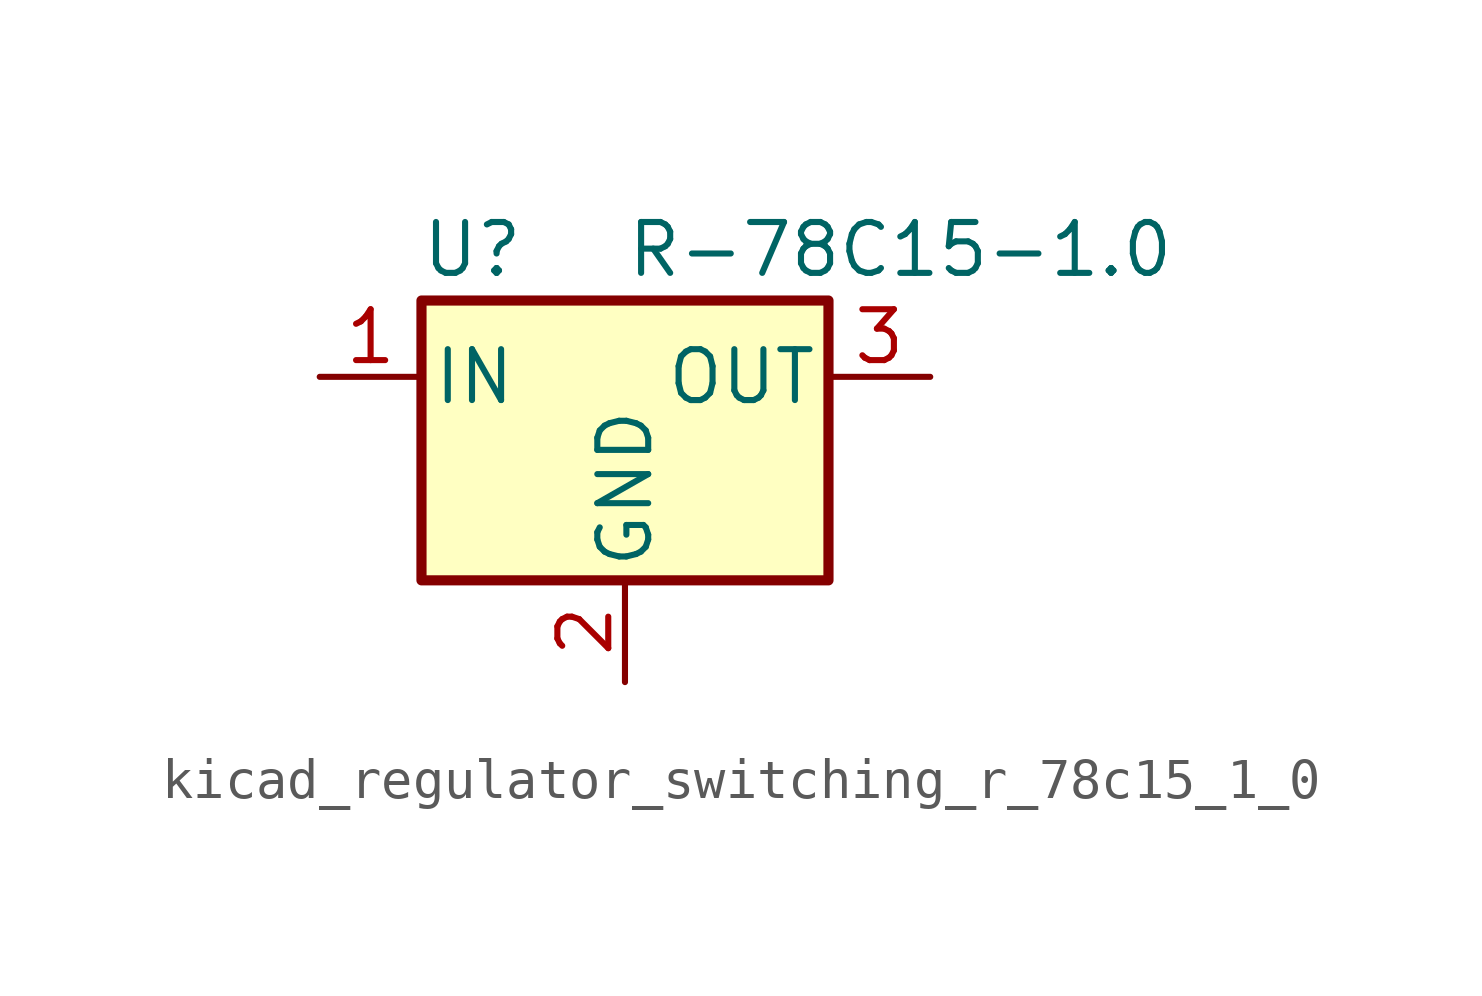
<source format=kicad_sym>
(kicad_symbol_lib
  (version 20220914)
  (generator kicad_symbol_editor)
  (symbol "kicad_regulator_switching_r_78c15_1_0"
    (pin_names
      (offset 0.254))
    (property "Reference" "U"
      (at -3.81 3.175 0)
      (effects (font (size 1.27 1.27))))
    (property "Value" "R-78C15-1.0"
      (at 0 3.175 0)
      (effects (font (size 1.27 1.27)) (justify left)))
    (symbol "kicad_regulator_switching_r_78c15_1_0_0_1"
      (rectangle (start -5.08 1.905) (end 5.08 -5.08) (stroke (width 0.254) (type default)) (fill (type background))))
    (symbol "kicad_regulator_switching_r_78c15_1_0_1_1"
      (pin power_in line (at -7.62 0 0) (length 2.54) (name "IN" (effects (font (size 1.27 1.27)))) (number "1" (effects (font (size 1.27 1.27)))))
      (pin power_in line (at 0 -7.62 90) (length 2.54) (name "GND" (effects (font (size 1.27 1.27)))) (number "2" (effects (font (size 1.27 1.27)))))
      (pin power_out line (at 7.62 0 180) (length 2.54) (name "OUT" (effects (font (size 1.27 1.27)))) (number "3" (effects (font (size 1.27 1.27))))))))
</source>
